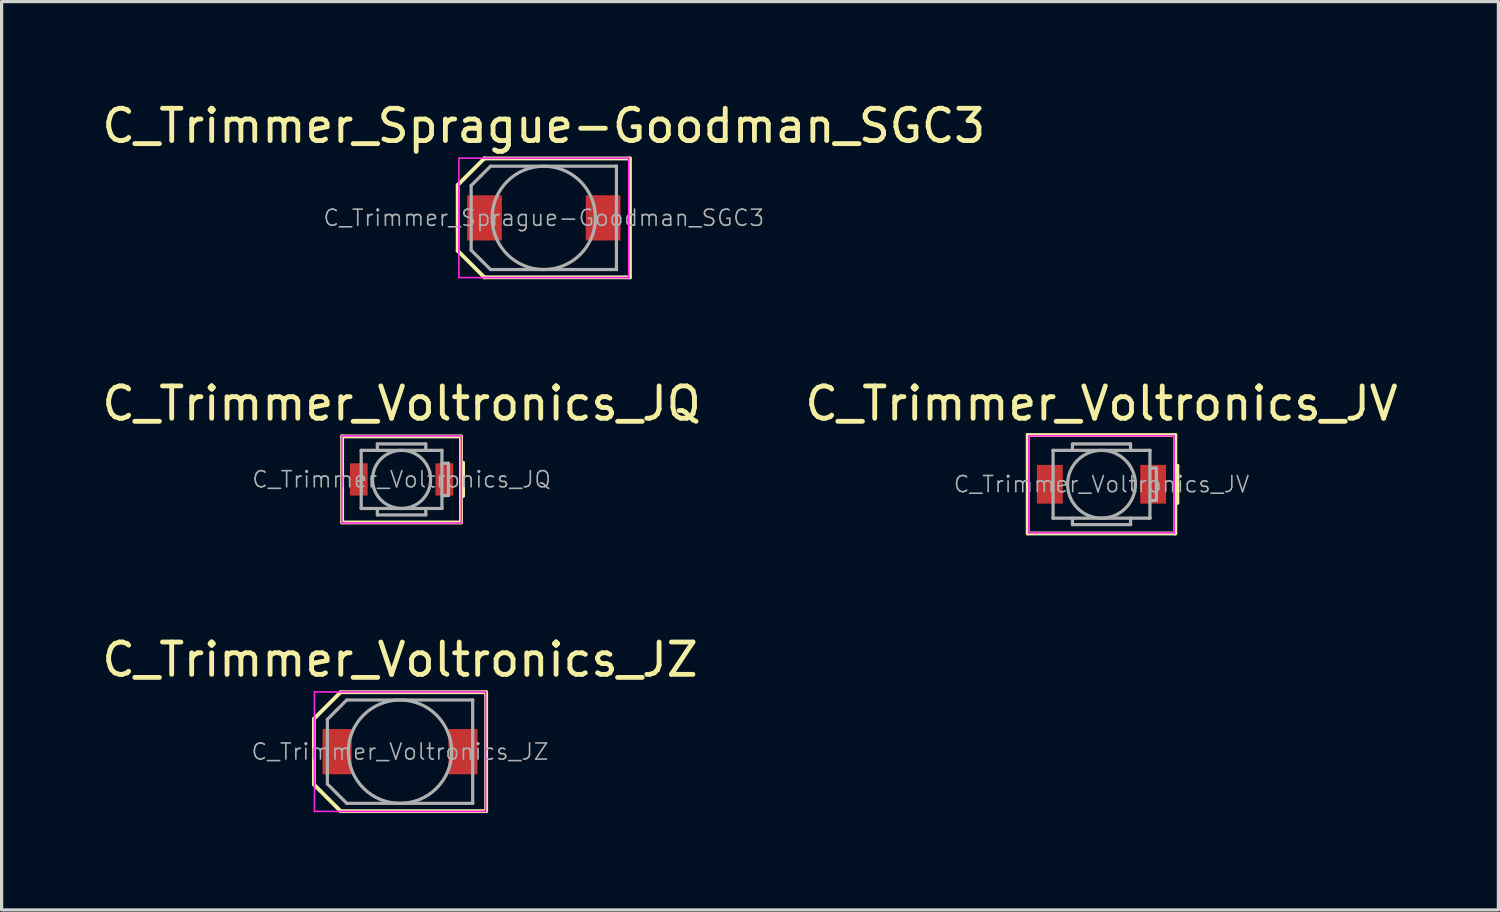
<source format=kicad_pcb>
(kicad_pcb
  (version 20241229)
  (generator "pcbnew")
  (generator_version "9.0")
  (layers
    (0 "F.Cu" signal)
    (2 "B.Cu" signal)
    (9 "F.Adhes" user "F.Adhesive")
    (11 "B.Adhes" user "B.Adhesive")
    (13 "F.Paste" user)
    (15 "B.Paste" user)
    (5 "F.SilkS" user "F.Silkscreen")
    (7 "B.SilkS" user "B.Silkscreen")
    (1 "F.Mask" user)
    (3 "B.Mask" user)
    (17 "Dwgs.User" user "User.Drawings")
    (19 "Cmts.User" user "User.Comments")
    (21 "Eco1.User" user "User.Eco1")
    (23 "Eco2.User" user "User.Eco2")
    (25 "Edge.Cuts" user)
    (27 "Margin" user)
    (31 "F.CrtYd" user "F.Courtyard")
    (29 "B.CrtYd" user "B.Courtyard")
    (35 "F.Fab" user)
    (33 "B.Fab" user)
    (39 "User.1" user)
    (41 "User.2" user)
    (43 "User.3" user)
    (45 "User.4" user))
  (footprint "C_Trimmer_Sprague-Goodman_SGC3"
    (layer "F.Cu")
    (at 13.792 3.698)
    (property "Reference" "C_Trimmer_Sprague-Goodman_SGC3" (at 0 -2.85 0) (layer "F.SilkS") (effects (font (size 1 1) (thickness 0.15))))
    (attr smd)
    (fp_line (start -2.667 -1.016) (end -2.667 1.016) (stroke (width 0.12) (type solid)) (layer "F.SilkS"))
    (fp_line (start -2.667 -1.016) (end -1.841 -1.841) (stroke (width 0.12) (type solid)) (layer "F.SilkS"))
    (fp_line (start -1.841 1.841) (end -2.667 1.016) (stroke (width 0.12) (type solid)) (layer "F.SilkS"))
    (fp_line (start -1.841 1.841) (end 2.667 1.841) (stroke (width 0.12) (type solid)) (layer "F.SilkS"))
    (fp_line (start 2.667 -1.841) (end -1.841 -1.841) (stroke (width 0.12) (type solid)) (layer "F.SilkS"))
    (fp_line (start 2.667 1.841) (end 2.667 -1.841) (stroke (width 0.12) (type solid)) (layer "F.SilkS"))
    (fp_line (start -2.63 -1.85) (end -2.63 1.85) (stroke (width 0.05) (type solid)) (layer "F.CrtYd"))
    (fp_line (start -2.63 1.85) (end 2.63 1.85) (stroke (width 0.05) (type solid)) (layer "F.CrtYd"))
    (fp_line (start 2.63 -1.85) (end -2.63 -1.85) (stroke (width 0.05) (type solid)) (layer "F.CrtYd"))
    (fp_line (start 2.63 1.85) (end 2.63 -1.85) (stroke (width 0.05) (type solid)) (layer "F.CrtYd"))
    (fp_line (start -2.25 -1) (end -1.95 -1.3) (stroke (width 0.1) (type solid)) (layer "F.Fab"))
    (fp_line (start -2.25 1) (end -2.25 -1) (stroke (width 0.1) (type solid)) (layer "F.Fab"))
    (fp_line (start -1.95 -1.3) (end -1.65 -1.6) (stroke (width 0.1) (type solid)) (layer "F.Fab"))
    (fp_line (start -1.95 1.3) (end -2.25 1) (stroke (width 0.1) (type solid)) (layer "F.Fab"))
    (fp_line (start -1.65 -1.6) (end 2.24 -1.6) (stroke (width 0.1) (type solid)) (layer "F.Fab"))
    (fp_line (start -1.65 1.6) (end -1.95 1.3) (stroke (width 0.1) (type solid)) (layer "F.Fab"))
    (fp_line (start 2.24 -1.6) (end 2.25 -1.6) (stroke (width 0.1) (type solid)) (layer "F.Fab"))
    (fp_line (start 2.24 1.6) (end -1.65 1.6) (stroke (width 0.1) (type solid)) (layer "F.Fab"))
    (fp_line (start 2.25 -1.6) (end 2.25 -1.59) (stroke (width 0.1) (type solid)) (layer "F.Fab"))
    (fp_line (start 2.25 -1.59) (end 2.25 1.59) (stroke (width 0.1) (type solid)) (layer "F.Fab"))
    (fp_line (start 2.25 1.59) (end 2.25 1.6) (stroke (width 0.1) (type solid)) (layer "F.Fab"))
    (fp_line (start 2.25 1.6) (end 2.24 1.6) (stroke (width 0.1) (type solid)) (layer "F.Fab"))
    (fp_circle (center 0 0) (end 1.6 0) (stroke (width 0.1) (type solid)) (fill no) (layer "F.Fab"))
    (fp_text user "${REFERENCE}" (at 0 0 0) (layer "F.Fab") (effects (font (size 0.5 0.5) (thickness 0.05))))
    (pad "1" smd rect (at -1.837 0) (size 1.075 1.4) (layers "F.Cu" "F.Mask" "F.Paste"))
    (pad "2" smd rect (at 1.837 0) (size 1.075 1.4) (layers "F.Cu" "F.Mask" "F.Paste")))
  (footprint "C_Trimmer_Voltronics_JV"
    (layer "F.Cu")
    (at 31.065 11.948)
    (property "Reference" "C_Trimmer_Voltronics_JV" (at 0 -2.5 0) (layer "F.SilkS") (effects (font (size 1 1) (thickness 0.15))))
    (attr smd)
    (fp_line (start -2.286 -1.524) (end -2.286 1.524) (stroke (width 0.12) (type solid)) (layer "F.SilkS"))
    (fp_line (start -2.286 1.524) (end 2.286 1.524) (stroke (width 0.12) (type solid)) (layer "F.SilkS"))
    (fp_line (start 2.286 -1.524) (end -2.286 -1.524) (stroke (width 0.12) (type solid)) (layer "F.SilkS"))
    (fp_line (start 2.286 1.524) (end 2.286 -1.524) (stroke (width 0.12) (type solid)) (layer "F.SilkS"))
    (fp_line (start 2.349 -0.572) (end 2.286 -0.572) (stroke (width 0.12) (type solid)) (layer "F.SilkS"))
    (fp_line (start 2.349 0.572) (end 2.286 0.572) (stroke (width 0.12) (type solid)) (layer "F.SilkS"))
    (fp_line (start 2.349 0.572) (end 2.349 -0.572) (stroke (width 0.12) (type solid)) (layer "F.SilkS"))
    (fp_line (start -2.25 -1.5) (end -2.25 1.5) (stroke (width 0.05) (type solid)) (layer "F.CrtYd"))
    (fp_line (start -2.25 1.5) (end 2.25 1.5) (stroke (width 0.05) (type solid)) (layer "F.CrtYd"))
    (fp_line (start 2.25 -1.5) (end -2.25 -1.5) (stroke (width 0.05) (type solid)) (layer "F.CrtYd"))
    (fp_line (start 2.25 1.5) (end 2.25 -1.5) (stroke (width 0.05) (type solid)) (layer "F.CrtYd"))
    (fp_line (start -1.5 -1.05) (end -1.49 -1.05) (stroke (width 0.1) (type solid)) (layer "F.Fab"))
    (fp_line (start -1.5 -1.04) (end -1.5 -1.05) (stroke (width 0.1) (type solid)) (layer "F.Fab"))
    (fp_line (start -1.5 1.04) (end -1.5 -1.04) (stroke (width 0.1) (type solid)) (layer "F.Fab"))
    (fp_line (start -1.5 1.05) (end -1.5 1.04) (stroke (width 0.1) (type solid)) (layer "F.Fab"))
    (fp_line (start -1.49 -1.05) (end 1.49 -1.05) (stroke (width 0.1) (type solid)) (layer "F.Fab"))
    (fp_line (start -1.49 1.05) (end -1.5 1.05) (stroke (width 0.1) (type solid)) (layer "F.Fab"))
    (fp_line (start -0.9 -1.25) (end 0.9 -1.25) (stroke (width 0.1) (type solid)) (layer "F.Fab"))
    (fp_line (start -0.9 -1.05) (end -0.9 -1.25) (stroke (width 0.1) (type solid)) (layer "F.Fab"))
    (fp_line (start -0.9 1.05) (end -0.9 1.25) (stroke (width 0.1) (type solid)) (layer "F.Fab"))
    (fp_line (start -0.9 1.25) (end 0.9 1.25) (stroke (width 0.1) (type solid)) (layer "F.Fab"))
    (fp_line (start 0.9 -1.25) (end 0.9 -1.05) (stroke (width 0.1) (type solid)) (layer "F.Fab"))
    (fp_line (start 0.9 1.25) (end 0.9 1.05) (stroke (width 0.1) (type solid)) (layer "F.Fab"))
    (fp_line (start 1.49 -1.05) (end 1.5 -1.05) (stroke (width 0.1) (type solid)) (layer "F.Fab"))
    (fp_line (start 1.49 1.05) (end -1.49 1.05) (stroke (width 0.1) (type solid)) (layer "F.Fab"))
    (fp_line (start 1.5 -1.05) (end 1.5 -1.04) (stroke (width 0.1) (type solid)) (layer "F.Fab"))
    (fp_line (start 1.5 -1.04) (end 1.5 1.04) (stroke (width 0.1) (type solid)) (layer "F.Fab"))
    (fp_line (start 1.5 -0.5) (end 1.7 -0.5) (stroke (width 0.1) (type solid)) (layer "F.Fab"))
    (fp_line (start 1.5 1.04) (end 1.5 1.05) (stroke (width 0.1) (type solid)) (layer "F.Fab"))
    (fp_line (start 1.5 1.05) (end 1.49 1.05) (stroke (width 0.1) (type solid)) (layer "F.Fab"))
    (fp_line (start 1.7 -0.5) (end 1.7 0.5) (stroke (width 0.1) (type solid)) (layer "F.Fab"))
    (fp_line (start 1.7 0.5) (end 1.5 0.5) (stroke (width 0.1) (type solid)) (layer "F.Fab"))
    (fp_circle (center 0 0) (end 1.05 0) (stroke (width 0.1) (type solid)) (fill no) (layer "F.Fab"))
    (fp_text user "${REFERENCE}" (at 0 0 0) (layer "F.Fab") (effects (font (size 0.5 0.5) (thickness 0.05))))
    (pad "1" smd rect (at -1.6 0) (size 0.8 1.2) (layers "F.Cu" "F.Mask" "F.Paste"))
    (pad "2" smd rect (at 1.6 0) (size 0.8 1.2) (layers "F.Cu" "F.Mask" "F.Paste")))
  (footprint "C_Trimmer_Voltronics_JQ"
    (layer "F.Cu")
    (at 9.387 11.798)
    (property "Reference" "C_Trimmer_Voltronics_JQ" (at 0 -2.35 0) (layer "F.SilkS") (effects (font (size 1 1) (thickness 0.15))))
    (attr smd)
    (fp_line (start -1.841 -1.333) (end -1.841 1.333) (stroke (width 0.12) (type solid)) (layer "F.SilkS"))
    (fp_line (start -1.841 1.333) (end 1.841 1.333) (stroke (width 0.12) (type solid)) (layer "F.SilkS"))
    (fp_line (start 1.841 -1.333) (end -1.841 -1.333) (stroke (width 0.12) (type solid)) (layer "F.SilkS"))
    (fp_line (start 1.841 -0.508) (end 1.905 -0.508) (stroke (width 0.12) (type solid)) (layer "F.SilkS"))
    (fp_line (start 1.841 1.333) (end 1.841 -1.333) (stroke (width 0.12) (type solid)) (layer "F.SilkS"))
    (fp_line (start 1.905 -0.508) (end 1.905 0.508) (stroke (width 0.12) (type solid)) (layer "F.SilkS"))
    (fp_line (start 1.905 0.508) (end 1.841 0.508) (stroke (width 0.12) (type solid)) (layer "F.SilkS"))
    (fp_line (start -1.85 -1.35) (end -1.85 1.35) (stroke (width 0.05) (type solid)) (layer "F.CrtYd"))
    (fp_line (start -1.85 1.35) (end 1.85 1.35) (stroke (width 0.05) (type solid)) (layer "F.CrtYd"))
    (fp_line (start 1.85 -1.35) (end -1.85 -1.35) (stroke (width 0.05) (type solid)) (layer "F.CrtYd"))
    (fp_line (start 1.85 1.35) (end 1.85 -1.35) (stroke (width 0.05) (type solid)) (layer "F.CrtYd"))
    (fp_line (start -1.25 -0.9) (end -1.24 -0.9) (stroke (width 0.1) (type solid)) (layer "F.Fab"))
    (fp_line (start -1.25 -0.89) (end -1.25 -0.9) (stroke (width 0.1) (type solid)) (layer "F.Fab"))
    (fp_line (start -1.25 0.89) (end -1.25 -0.89) (stroke (width 0.1) (type solid)) (layer "F.Fab"))
    (fp_line (start -1.25 0.9) (end -1.25 0.89) (stroke (width 0.1) (type solid)) (layer "F.Fab"))
    (fp_line (start -1.24 -0.9) (end 1.24 -0.9) (stroke (width 0.1) (type solid)) (layer "F.Fab"))
    (fp_line (start -1.24 0.9) (end -1.25 0.9) (stroke (width 0.1) (type solid)) (layer "F.Fab"))
    (fp_line (start -0.75 -1.1) (end 0.75 -1.1) (stroke (width 0.1) (type solid)) (layer "F.Fab"))
    (fp_line (start -0.75 -0.9) (end -0.75 -1.1) (stroke (width 0.1) (type solid)) (layer "F.Fab"))
    (fp_line (start -0.75 0.9) (end -0.75 1.1) (stroke (width 0.1) (type solid)) (layer "F.Fab"))
    (fp_line (start -0.75 1.1) (end 0.75 1.1) (stroke (width 0.1) (type solid)) (layer "F.Fab"))
    (fp_line (start 0.75 -1.1) (end 0.75 -0.9) (stroke (width 0.1) (type solid)) (layer "F.Fab"))
    (fp_line (start 0.75 1.1) (end 0.75 0.9) (stroke (width 0.1) (type solid)) (layer "F.Fab"))
    (fp_line (start 1.24 -0.9) (end 1.25 -0.9) (stroke (width 0.1) (type solid)) (layer "F.Fab"))
    (fp_line (start 1.24 0.9) (end -1.24 0.9) (stroke (width 0.1) (type solid)) (layer "F.Fab"))
    (fp_line (start 1.25 -0.9) (end 1.25 -0.89) (stroke (width 0.1) (type solid)) (layer "F.Fab"))
    (fp_line (start 1.25 -0.89) (end 1.25 0.89) (stroke (width 0.1) (type solid)) (layer "F.Fab"))
    (fp_line (start 1.25 -0.5) (end 1.45 -0.5) (stroke (width 0.1) (type solid)) (layer "F.Fab"))
    (fp_line (start 1.25 0.89) (end 1.25 0.9) (stroke (width 0.1) (type solid)) (layer "F.Fab"))
    (fp_line (start 1.25 0.9) (end 1.24 0.9) (stroke (width 0.1) (type solid)) (layer "F.Fab"))
    (fp_line (start 1.45 -0.5) (end 1.45 0.5) (stroke (width 0.1) (type solid)) (layer "F.Fab"))
    (fp_line (start 1.45 0.5) (end 1.25 0.5) (stroke (width 0.1) (type solid)) (layer "F.Fab"))
    (fp_circle (center 0 0) (end 0.9 0) (stroke (width 0.1) (type solid)) (fill no) (layer "F.Fab"))
    (fp_text user "${REFERENCE}" (at 0 0 0) (layer "F.Fab") (effects (font (size 0.5 0.5) (thickness 0.05))))
    (pad "1" smd rect (at -1.325 0) (size 0.55 1) (layers "F.Cu" "F.Mask" "F.Paste"))
    (pad "2" smd rect (at 1.325 0) (size 0.55 1) (layers "F.Cu" "F.Mask" "F.Paste")))
  (footprint "C_Trimmer_Voltronics_JZ"
    (layer "F.Cu")
    (at 9.339 20.23)
    (property "Reference" "C_Trimmer_Voltronics_JZ" (at 0 -2.85 0) (layer "F.SilkS") (effects (font (size 1 1) (thickness 0.15))))
    (attr smd)
    (fp_line (start -2.667 -1.016) (end -2.667 1.016) (stroke (width 0.12) (type solid)) (layer "F.SilkS"))
    (fp_line (start -2.667 -1.016) (end -1.841 -1.841) (stroke (width 0.12) (type solid)) (layer "F.SilkS"))
    (fp_line (start -1.841 1.841) (end -2.667 1.016) (stroke (width 0.12) (type solid)) (layer "F.SilkS"))
    (fp_line (start -1.841 1.841) (end 2.667 1.841) (stroke (width 0.12) (type solid)) (layer "F.SilkS"))
    (fp_line (start 2.667 -1.841) (end -1.841 -1.841) (stroke (width 0.12) (type solid)) (layer "F.SilkS"))
    (fp_line (start 2.667 -1.778) (end 2.667 -1.841) (stroke (width 0.12) (type solid)) (layer "F.SilkS"))
    (fp_line (start 2.667 1.841) (end 2.667 -1.778) (stroke (width 0.12) (type solid)) (layer "F.SilkS"))
    (fp_line (start -2.65 -1.85) (end -2.65 1.85) (stroke (width 0.05) (type solid)) (layer "F.CrtYd"))
    (fp_line (start -2.65 1.85) (end 2.65 1.85) (stroke (width 0.05) (type solid)) (layer "F.CrtYd"))
    (fp_line (start 2.65 -1.85) (end -2.65 -1.85) (stroke (width 0.05) (type solid)) (layer "F.CrtYd"))
    (fp_line (start 2.65 1.85) (end 2.65 -1.85) (stroke (width 0.05) (type solid)) (layer "F.CrtYd"))
    (fp_line (start -2.25 -1) (end -1.95 -1.3) (stroke (width 0.1) (type solid)) (layer "F.Fab"))
    (fp_line (start -2.25 1) (end -2.25 -1) (stroke (width 0.1) (type solid)) (layer "F.Fab"))
    (fp_line (start -1.95 -1.3) (end -1.65 -1.6) (stroke (width 0.1) (type solid)) (layer "F.Fab"))
    (fp_line (start -1.95 1.3) (end -2.25 1) (stroke (width 0.1) (type solid)) (layer "F.Fab"))
    (fp_line (start -1.65 -1.6) (end 2.24 -1.6) (stroke (width 0.1) (type solid)) (layer "F.Fab"))
    (fp_line (start -1.65 1.6) (end -1.95 1.3) (stroke (width 0.1) (type solid)) (layer "F.Fab"))
    (fp_line (start 2.24 -1.6) (end 2.25 -1.6) (stroke (width 0.1) (type solid)) (layer "F.Fab"))
    (fp_line (start 2.24 1.6) (end -1.65 1.6) (stroke (width 0.1) (type solid)) (layer "F.Fab"))
    (fp_line (start 2.25 -1.6) (end 2.25 -1.59) (stroke (width 0.1) (type solid)) (layer "F.Fab"))
    (fp_line (start 2.25 -1.59) (end 2.25 1.59) (stroke (width 0.1) (type solid)) (layer "F.Fab"))
    (fp_line (start 2.25 1.59) (end 2.25 1.6) (stroke (width 0.1) (type solid)) (layer "F.Fab"))
    (fp_line (start 2.25 1.6) (end 2.24 1.6) (stroke (width 0.1) (type solid)) (layer "F.Fab"))
    (fp_circle (center 0 0) (end 1.6 0) (stroke (width 0.1) (type solid)) (fill no) (layer "F.Fab"))
    (fp_text user "${REFERENCE}" (at 0 0 0) (layer "F.Fab") (effects (font (size 0.5 0.5) (thickness 0.05))))
    (pad "1" smd rect (at -1.95 0) (size 0.9 1.4) (layers "F.Cu" "F.Mask" "F.Paste"))
    (pad "2" smd rect (at 1.95 0) (size 0.9 1.4) (layers "F.Cu" "F.Mask" "F.Paste")))
  (gr_rect
    (start -3 -3)
    (end 43.357 25.132)
    (stroke (width 0.1) (type default))
    (fill no)
    (layer "Edge.Cuts")))
</source>
